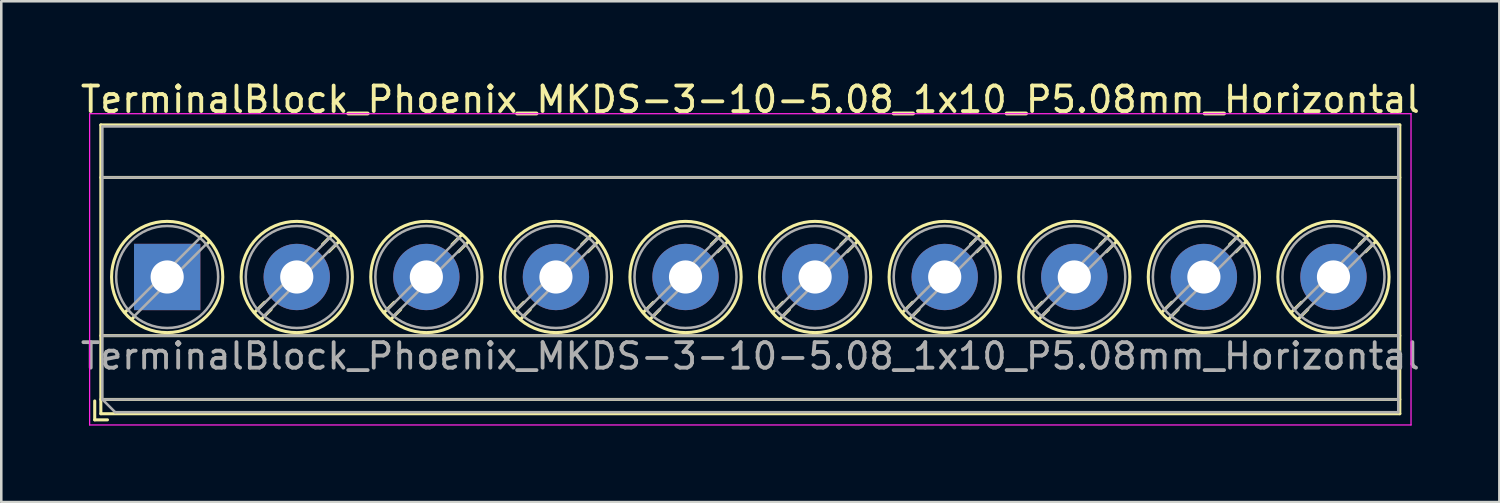
<source format=kicad_pcb>
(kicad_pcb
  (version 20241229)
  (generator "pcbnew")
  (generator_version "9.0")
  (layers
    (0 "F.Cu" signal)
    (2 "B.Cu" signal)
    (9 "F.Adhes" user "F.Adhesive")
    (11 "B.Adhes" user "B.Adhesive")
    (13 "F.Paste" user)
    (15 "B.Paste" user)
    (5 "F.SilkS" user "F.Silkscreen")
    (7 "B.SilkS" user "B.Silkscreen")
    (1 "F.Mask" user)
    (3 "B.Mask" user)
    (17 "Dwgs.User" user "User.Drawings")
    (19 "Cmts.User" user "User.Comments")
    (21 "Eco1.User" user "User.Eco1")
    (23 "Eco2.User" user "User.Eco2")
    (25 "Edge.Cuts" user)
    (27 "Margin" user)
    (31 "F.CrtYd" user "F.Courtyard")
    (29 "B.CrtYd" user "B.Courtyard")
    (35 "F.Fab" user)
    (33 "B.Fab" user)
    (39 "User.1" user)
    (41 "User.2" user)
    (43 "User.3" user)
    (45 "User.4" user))
  (footprint "TerminalBlock_Phoenix_MKDS-3-10-5.08_1x10_P5.08mm_Horizontal"
    (layer "F.Cu")
    (at 3.503 7.808)
    (property "Reference" "TerminalBlock_Phoenix_MKDS-3-10-5.08_1x10_P5.08mm_Horizontal" (at 22.86 -6.96 0) (layer "F.SilkS") (effects (font (size 1 1) (thickness 0.15))))
    (attr through_hole)
    (fp_line (start -2.84 4.86) (end -2.84 5.6) (stroke (width 0.12) (type solid)) (layer "F.SilkS"))
    (fp_line (start -2.84 5.6) (end -2.34 5.6) (stroke (width 0.12) (type solid)) (layer "F.SilkS"))
    (fp_line (start -2.6 -5.96) (end -2.6 5.36) (stroke (width 0.12) (type solid)) (layer "F.SilkS"))
    (fp_line (start -2.6 -5.96) (end 48.32 -5.96) (stroke (width 0.12) (type solid)) (layer "F.SilkS"))
    (fp_line (start -2.6 -3.9) (end 48.32 -3.9) (stroke (width 0.12) (type solid)) (layer "F.SilkS"))
    (fp_line (start -2.6 2.3) (end 48.32 2.3) (stroke (width 0.12) (type solid)) (layer "F.SilkS"))
    (fp_line (start -2.6 4.8) (end 48.32 4.8) (stroke (width 0.12) (type solid)) (layer "F.SilkS"))
    (fp_line (start -2.6 5.36) (end 48.32 5.36) (stroke (width 0.12) (type solid)) (layer "F.SilkS"))
    (fp_line (start -1.548 1.281) (end -1.654 1.388) (stroke (width 0.12) (type solid)) (layer "F.SilkS"))
    (fp_line (start -1.282 1.547) (end -1.388 1.654) (stroke (width 0.12) (type solid)) (layer "F.SilkS"))
    (fp_line (start 1.388 -1.654) (end 1.281 -1.547) (stroke (width 0.12) (type solid)) (layer "F.SilkS"))
    (fp_line (start 1.654 -1.388) (end 1.547 -1.281) (stroke (width 0.12) (type solid)) (layer "F.SilkS"))
    (fp_line (start 3.822 0.992) (end 3.427 1.388) (stroke (width 0.12) (type solid)) (layer "F.SilkS"))
    (fp_line (start 4.073 1.274) (end 3.693 1.654) (stroke (width 0.12) (type solid)) (layer "F.SilkS"))
    (fp_line (start 6.468 -1.654) (end 6.088 -1.274) (stroke (width 0.12) (type solid)) (layer "F.SilkS"))
    (fp_line (start 6.734 -1.388) (end 6.339 -0.992) (stroke (width 0.12) (type solid)) (layer "F.SilkS"))
    (fp_line (start 8.902 0.992) (end 8.507 1.388) (stroke (width 0.12) (type solid)) (layer "F.SilkS"))
    (fp_line (start 9.153 1.274) (end 8.773 1.654) (stroke (width 0.12) (type solid)) (layer "F.SilkS"))
    (fp_line (start 11.548 -1.654) (end 11.168 -1.274) (stroke (width 0.12) (type solid)) (layer "F.SilkS"))
    (fp_line (start 11.814 -1.388) (end 11.419 -0.992) (stroke (width 0.12) (type solid)) (layer "F.SilkS"))
    (fp_line (start 13.982 0.992) (end 13.587 1.388) (stroke (width 0.12) (type solid)) (layer "F.SilkS"))
    (fp_line (start 14.233 1.274) (end 13.853 1.654) (stroke (width 0.12) (type solid)) (layer "F.SilkS"))
    (fp_line (start 16.628 -1.654) (end 16.248 -1.274) (stroke (width 0.12) (type solid)) (layer "F.SilkS"))
    (fp_line (start 16.894 -1.388) (end 16.499 -0.992) (stroke (width 0.12) (type solid)) (layer "F.SilkS"))
    (fp_line (start 19.062 0.992) (end 18.667 1.388) (stroke (width 0.12) (type solid)) (layer "F.SilkS"))
    (fp_line (start 19.313 1.274) (end 18.933 1.654) (stroke (width 0.12) (type solid)) (layer "F.SilkS"))
    (fp_line (start 21.708 -1.654) (end 21.328 -1.274) (stroke (width 0.12) (type solid)) (layer "F.SilkS"))
    (fp_line (start 21.974 -1.388) (end 21.579 -0.992) (stroke (width 0.12) (type solid)) (layer "F.SilkS"))
    (fp_line (start 24.142 0.992) (end 23.747 1.388) (stroke (width 0.12) (type solid)) (layer "F.SilkS"))
    (fp_line (start 24.393 1.274) (end 24.013 1.654) (stroke (width 0.12) (type solid)) (layer "F.SilkS"))
    (fp_line (start 26.788 -1.654) (end 26.408 -1.274) (stroke (width 0.12) (type solid)) (layer "F.SilkS"))
    (fp_line (start 27.054 -1.388) (end 26.659 -0.992) (stroke (width 0.12) (type solid)) (layer "F.SilkS"))
    (fp_line (start 29.222 0.992) (end 28.827 1.388) (stroke (width 0.12) (type solid)) (layer "F.SilkS"))
    (fp_line (start 29.473 1.274) (end 29.093 1.654) (stroke (width 0.12) (type solid)) (layer "F.SilkS"))
    (fp_line (start 31.868 -1.654) (end 31.488 -1.274) (stroke (width 0.12) (type solid)) (layer "F.SilkS"))
    (fp_line (start 32.134 -1.388) (end 31.739 -0.992) (stroke (width 0.12) (type solid)) (layer "F.SilkS"))
    (fp_line (start 34.302 0.992) (end 33.907 1.388) (stroke (width 0.12) (type solid)) (layer "F.SilkS"))
    (fp_line (start 34.553 1.274) (end 34.173 1.654) (stroke (width 0.12) (type solid)) (layer "F.SilkS"))
    (fp_line (start 36.948 -1.654) (end 36.568 -1.274) (stroke (width 0.12) (type solid)) (layer "F.SilkS"))
    (fp_line (start 37.214 -1.388) (end 36.819 -0.992) (stroke (width 0.12) (type solid)) (layer "F.SilkS"))
    (fp_line (start 39.382 0.992) (end 38.987 1.388) (stroke (width 0.12) (type solid)) (layer "F.SilkS"))
    (fp_line (start 39.633 1.274) (end 39.253 1.654) (stroke (width 0.12) (type solid)) (layer "F.SilkS"))
    (fp_line (start 42.028 -1.654) (end 41.648 -1.274) (stroke (width 0.12) (type solid)) (layer "F.SilkS"))
    (fp_line (start 42.294 -1.388) (end 41.899 -0.992) (stroke (width 0.12) (type solid)) (layer "F.SilkS"))
    (fp_line (start 44.462 0.992) (end 44.067 1.388) (stroke (width 0.12) (type solid)) (layer "F.SilkS"))
    (fp_line (start 44.713 1.274) (end 44.333 1.654) (stroke (width 0.12) (type solid)) (layer "F.SilkS"))
    (fp_line (start 47.108 -1.654) (end 46.728 -1.274) (stroke (width 0.12) (type solid)) (layer "F.SilkS"))
    (fp_line (start 47.374 -1.388) (end 46.979 -0.992) (stroke (width 0.12) (type solid)) (layer "F.SilkS"))
    (fp_line (start 48.32 -5.96) (end 48.32 5.36) (stroke (width 0.12) (type solid)) (layer "F.SilkS"))
    (fp_circle (center 0 0) (end 2.18 0) (stroke (width 0.12) (type solid)) (fill no) (layer "F.SilkS"))
    (fp_circle (center 5.08 0) (end 7.26 0) (stroke (width 0.12) (type solid)) (fill no) (layer "F.SilkS"))
    (fp_circle (center 10.16 0) (end 12.34 0) (stroke (width 0.12) (type solid)) (fill no) (layer "F.SilkS"))
    (fp_circle (center 15.24 0) (end 17.42 0) (stroke (width 0.12) (type solid)) (fill no) (layer "F.SilkS"))
    (fp_circle (center 20.32 0) (end 22.5 0) (stroke (width 0.12) (type solid)) (fill no) (layer "F.SilkS"))
    (fp_circle (center 25.4 0) (end 27.58 0) (stroke (width 0.12) (type solid)) (fill no) (layer "F.SilkS"))
    (fp_circle (center 30.48 0) (end 32.66 0) (stroke (width 0.12) (type solid)) (fill no) (layer "F.SilkS"))
    (fp_circle (center 35.56 0) (end 37.74 0) (stroke (width 0.12) (type solid)) (fill no) (layer "F.SilkS"))
    (fp_circle (center 40.64 0) (end 42.82 0) (stroke (width 0.12) (type solid)) (fill no) (layer "F.SilkS"))
    (fp_circle (center 45.72 0) (end 47.9 0) (stroke (width 0.12) (type solid)) (fill no) (layer "F.SilkS"))
    (fp_line (start -3.04 -6.4) (end -3.04 5.8) (stroke (width 0.05) (type solid)) (layer "F.CrtYd"))
    (fp_line (start -3.04 5.8) (end 48.76 5.8) (stroke (width 0.05) (type solid)) (layer "F.CrtYd"))
    (fp_line (start 48.76 -6.4) (end -3.04 -6.4) (stroke (width 0.05) (type solid)) (layer "F.CrtYd"))
    (fp_line (start 48.76 5.8) (end 48.76 -6.4) (stroke (width 0.05) (type solid)) (layer "F.CrtYd"))
    (fp_line (start -2.54 -5.9) (end 48.26 -5.9) (stroke (width 0.1) (type solid)) (layer "F.Fab"))
    (fp_line (start -2.54 -3.9) (end 48.26 -3.9) (stroke (width 0.1) (type solid)) (layer "F.Fab"))
    (fp_line (start -2.54 2.3) (end 48.26 2.3) (stroke (width 0.1) (type solid)) (layer "F.Fab"))
    (fp_line (start -2.54 4.8) (end -2.54 -5.9) (stroke (width 0.1) (type solid)) (layer "F.Fab"))
    (fp_line (start -2.54 4.8) (end 48.26 4.8) (stroke (width 0.1) (type solid)) (layer "F.Fab"))
    (fp_line (start -2.04 5.3) (end -2.54 4.8) (stroke (width 0.1) (type solid)) (layer "F.Fab"))
    (fp_line (start 1.273 -1.517) (end -1.517 1.273) (stroke (width 0.1) (type solid)) (layer "F.Fab"))
    (fp_line (start 1.517 -1.273) (end -1.273 1.517) (stroke (width 0.1) (type solid)) (layer "F.Fab"))
    (fp_line (start 6.353 -1.517) (end 3.564 1.273) (stroke (width 0.1) (type solid)) (layer "F.Fab"))
    (fp_line (start 6.597 -1.273) (end 3.808 1.517) (stroke (width 0.1) (type solid)) (layer "F.Fab"))
    (fp_line (start 11.433 -1.517) (end 8.644 1.273) (stroke (width 0.1) (type solid)) (layer "F.Fab"))
    (fp_line (start 11.677 -1.273) (end 8.888 1.517) (stroke (width 0.1) (type solid)) (layer "F.Fab"))
    (fp_line (start 16.513 -1.517) (end 13.724 1.273) (stroke (width 0.1) (type solid)) (layer "F.Fab"))
    (fp_line (start 16.757 -1.273) (end 13.968 1.517) (stroke (width 0.1) (type solid)) (layer "F.Fab"))
    (fp_line (start 21.593 -1.517) (end 18.804 1.273) (stroke (width 0.1) (type solid)) (layer "F.Fab"))
    (fp_line (start 21.837 -1.273) (end 19.048 1.517) (stroke (width 0.1) (type solid)) (layer "F.Fab"))
    (fp_line (start 26.673 -1.517) (end 23.884 1.273) (stroke (width 0.1) (type solid)) (layer "F.Fab"))
    (fp_line (start 26.917 -1.273) (end 24.128 1.517) (stroke (width 0.1) (type solid)) (layer "F.Fab"))
    (fp_line (start 31.753 -1.517) (end 28.964 1.273) (stroke (width 0.1) (type solid)) (layer "F.Fab"))
    (fp_line (start 31.997 -1.273) (end 29.208 1.517) (stroke (width 0.1) (type solid)) (layer "F.Fab"))
    (fp_line (start 36.833 -1.517) (end 34.044 1.273) (stroke (width 0.1) (type solid)) (layer "F.Fab"))
    (fp_line (start 37.077 -1.273) (end 34.288 1.517) (stroke (width 0.1) (type solid)) (layer "F.Fab"))
    (fp_line (start 41.913 -1.517) (end 39.124 1.273) (stroke (width 0.1) (type solid)) (layer "F.Fab"))
    (fp_line (start 42.157 -1.273) (end 39.368 1.517) (stroke (width 0.1) (type solid)) (layer "F.Fab"))
    (fp_line (start 46.993 -1.517) (end 44.204 1.273) (stroke (width 0.1) (type solid)) (layer "F.Fab"))
    (fp_line (start 47.237 -1.273) (end 44.448 1.517) (stroke (width 0.1) (type solid)) (layer "F.Fab"))
    (fp_line (start 48.26 -5.9) (end 48.26 5.3) (stroke (width 0.1) (type solid)) (layer "F.Fab"))
    (fp_line (start 48.26 5.3) (end -2.04 5.3) (stroke (width 0.1) (type solid)) (layer "F.Fab"))
    (fp_circle (center 0 0) (end 2 0) (stroke (width 0.1) (type solid)) (fill no) (layer "F.Fab"))
    (fp_circle (center 5.08 0) (end 7.08 0) (stroke (width 0.1) (type solid)) (fill no) (layer "F.Fab"))
    (fp_circle (center 10.16 0) (end 12.16 0) (stroke (width 0.1) (type solid)) (fill no) (layer "F.Fab"))
    (fp_circle (center 15.24 0) (end 17.24 0) (stroke (width 0.1) (type solid)) (fill no) (layer "F.Fab"))
    (fp_circle (center 20.32 0) (end 22.32 0) (stroke (width 0.1) (type solid)) (fill no) (layer "F.Fab"))
    (fp_circle (center 25.4 0) (end 27.4 0) (stroke (width 0.1) (type solid)) (fill no) (layer "F.Fab"))
    (fp_circle (center 30.48 0) (end 32.48 0) (stroke (width 0.1) (type solid)) (fill no) (layer "F.Fab"))
    (fp_circle (center 35.56 0) (end 37.56 0) (stroke (width 0.1) (type solid)) (fill no) (layer "F.Fab"))
    (fp_circle (center 40.64 0) (end 42.64 0) (stroke (width 0.1) (type solid)) (fill no) (layer "F.Fab"))
    (fp_circle (center 45.72 0) (end 47.72 0) (stroke (width 0.1) (type solid)) (fill no) (layer "F.Fab"))
    (fp_text user "${REFERENCE}" (at 22.86 3.1 0) (layer "F.Fab") (effects (font (size 1 1) (thickness 0.15))))
    (pad "1" thru_hole rect (at 0 0) (size 2.6 2.6) (drill 1.3) (layers "*.Cu" "*.Mask"))
    (pad "2" thru_hole circle (at 5.08 0) (size 2.6 2.6) (drill 1.3) (layers "*.Cu" "*.Mask"))
    (pad "3" thru_hole circle (at 10.16 0) (size 2.6 2.6) (drill 1.3) (layers "*.Cu" "*.Mask"))
    (pad "4" thru_hole circle (at 15.24 0) (size 2.6 2.6) (drill 1.3) (layers "*.Cu" "*.Mask"))
    (pad "5" thru_hole circle (at 20.32 0) (size 2.6 2.6) (drill 1.3) (layers "*.Cu" "*.Mask"))
    (pad "6" thru_hole circle (at 25.4 0) (size 2.6 2.6) (drill 1.3) (layers "*.Cu" "*.Mask"))
    (pad "7" thru_hole circle (at 30.48 0) (size 2.6 2.6) (drill 1.3) (layers "*.Cu" "*.Mask"))
    (pad "8" thru_hole circle (at 35.56 0) (size 2.6 2.6) (drill 1.3) (layers "*.Cu" "*.Mask"))
    (pad "9" thru_hole circle (at 40.64 0) (size 2.6 2.6) (drill 1.3) (layers "*.Cu" "*.Mask"))
    (pad "10" thru_hole circle (at 45.72 0) (size 2.6 2.6) (drill 1.3) (layers "*.Cu" "*.Mask")))
  (gr_rect
    (start -3 -3)
    (end 55.726 16.633)
    (stroke (width 0.1) (type default))
    (fill no)
    (layer "Edge.Cuts")))
</source>
